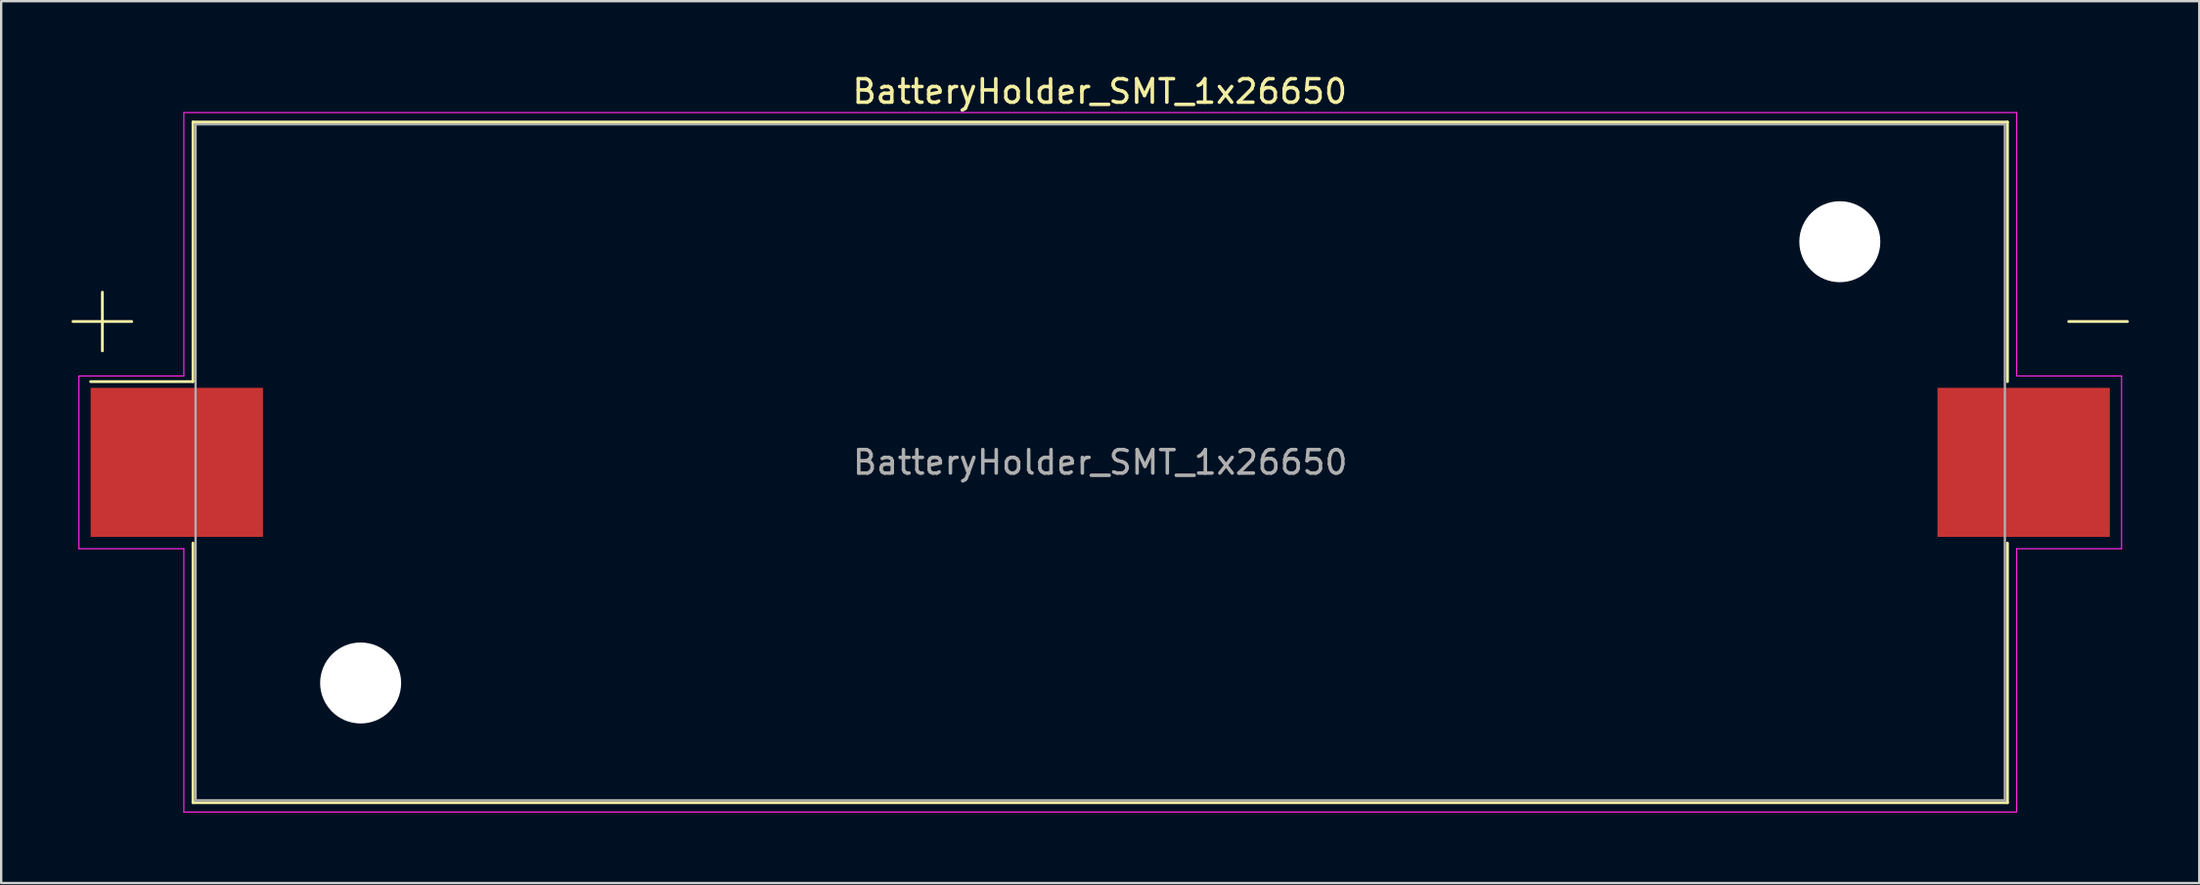
<source format=kicad_pcb>
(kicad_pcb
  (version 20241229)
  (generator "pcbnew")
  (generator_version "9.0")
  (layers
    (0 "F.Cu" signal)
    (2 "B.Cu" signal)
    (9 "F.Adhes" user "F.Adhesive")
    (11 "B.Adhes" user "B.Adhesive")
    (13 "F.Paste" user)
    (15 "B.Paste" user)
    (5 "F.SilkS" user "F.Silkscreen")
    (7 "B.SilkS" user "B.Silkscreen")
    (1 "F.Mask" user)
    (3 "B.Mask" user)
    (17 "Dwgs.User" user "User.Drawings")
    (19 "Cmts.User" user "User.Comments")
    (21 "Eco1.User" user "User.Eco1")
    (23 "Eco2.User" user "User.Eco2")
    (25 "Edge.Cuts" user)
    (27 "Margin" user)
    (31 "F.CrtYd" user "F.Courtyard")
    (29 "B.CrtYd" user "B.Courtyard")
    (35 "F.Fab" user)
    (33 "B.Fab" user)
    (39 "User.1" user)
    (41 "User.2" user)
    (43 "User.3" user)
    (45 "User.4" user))
  (footprint "BatteryHolder_SMT_1x26650"
    (layer "F.Cu")
    (at 43.81 16.648)
    (property "Reference" "BatteryHolder_SMT_1x26650" (at -0.02 -15.8 0) (layer "F.SilkS") (effects (font (size 1 1) (thickness 0.15))))
    (attr smd)
    (fp_line (start -43.75 -6) (end -41.25 -6) (stroke (width 0.12) (type solid)) (layer "F.SilkS"))
    (fp_line (start -42.5 -4.75) (end -42.5 -7.25) (stroke (width 0.12) (type solid)) (layer "F.SilkS"))
    (fp_line (start -38.64 -14.5) (end -38.64 -3.44) (stroke (width 0.12) (type solid)) (layer "F.SilkS"))
    (fp_line (start -38.64 -3.44) (end -43 -3.44) (stroke (width 0.12) (type solid)) (layer "F.SilkS"))
    (fp_line (start -38.64 14.5) (end -38.64 3.44) (stroke (width 0.12) (type solid)) (layer "F.SilkS"))
    (fp_line (start 38.64 -14.5) (end -38.64 -14.5) (stroke (width 0.12) (type solid)) (layer "F.SilkS"))
    (fp_line (start 38.64 -3.44) (end 38.64 -14.5) (stroke (width 0.12) (type solid)) (layer "F.SilkS"))
    (fp_line (start 38.64 3.44) (end 38.64 14.5) (stroke (width 0.12) (type solid)) (layer "F.SilkS"))
    (fp_line (start 38.64 14.5) (end -38.64 14.5) (stroke (width 0.12) (type solid)) (layer "F.SilkS"))
    (fp_line (start 43.75 -6) (end 41.25 -6) (stroke (width 0.12) (type solid)) (layer "F.SilkS"))
    (fp_line (start -43.5 -3.68) (end -39.03 -3.68) (stroke (width 0.05) (type solid)) (layer "F.CrtYd"))
    (fp_line (start -43.5 3.68) (end -43.5 -3.68) (stroke (width 0.05) (type solid)) (layer "F.CrtYd"))
    (fp_line (start -39.03 -14.9) (end -39.03 -3.68) (stroke (width 0.05) (type solid)) (layer "F.CrtYd"))
    (fp_line (start -39.03 -14.9) (end 39.03 -14.9) (stroke (width 0.05) (type solid)) (layer "F.CrtYd"))
    (fp_line (start -39.03 3.68) (end -43.5 3.68) (stroke (width 0.05) (type solid)) (layer "F.CrtYd"))
    (fp_line (start -39.03 14.9) (end -39.03 3.68) (stroke (width 0.05) (type solid)) (layer "F.CrtYd"))
    (fp_line (start -39.03 14.9) (end 39.03 14.9) (stroke (width 0.05) (type solid)) (layer "F.CrtYd"))
    (fp_line (start 39.03 -14.9) (end 39.03 -3.68) (stroke (width 0.05) (type solid)) (layer "F.CrtYd"))
    (fp_line (start 39.03 3.68) (end 43.5 3.68) (stroke (width 0.05) (type solid)) (layer "F.CrtYd"))
    (fp_line (start 39.03 14.9) (end 39.03 3.68) (stroke (width 0.05) (type solid)) (layer "F.CrtYd"))
    (fp_line (start 43.5 -3.68) (end 39.03 -3.68) (stroke (width 0.05) (type solid)) (layer "F.CrtYd"))
    (fp_line (start 43.5 3.68) (end 43.5 -3.68) (stroke (width 0.05) (type solid)) (layer "F.CrtYd"))
    (fp_line (start -38.53 -14.4) (end -38.53 14.4) (stroke (width 0.1) (type solid)) (layer "F.Fab"))
    (fp_line (start -38.53 -14.4) (end 38.53 -14.4) (stroke (width 0.1) (type solid)) (layer "F.Fab"))
    (fp_line (start -38.53 14.4) (end 38.53 14.4) (stroke (width 0.1) (type solid)) (layer "F.Fab"))
    (fp_line (start 38.53 -14.4) (end 38.53 14.4) (stroke (width 0.1) (type solid)) (layer "F.Fab"))
    (fp_text user "${REFERENCE}" (at 0 0 0) (layer "F.Fab") (effects (font (size 1 1) (thickness 0.15))))
    (pad "" np_thru_hole circle (at -31.5 9.4) (size 3.45 3.45) (drill 3.45) (layers "*.Cu" "*.Mask"))
    (pad "" np_thru_hole circle (at 31.5 -9.4) (size 3.45 3.45) (drill 3.45) (layers "*.Cu" "*.Mask"))
    (pad "1" smd rect (at -39.33 0) (size 7.34 6.35) (layers "F.Cu" "F.Mask" "F.Paste"))
    (pad "2" smd rect (at 39.33 0) (size 7.34 6.35) (layers "F.Cu" "F.Mask" "F.Paste")))
  (gr_rect
    (start -3 -3)
    (end 90.62 34.573)
    (stroke (width 0.1) (type default))
    (fill no)
    (layer "Edge.Cuts")))
</source>
